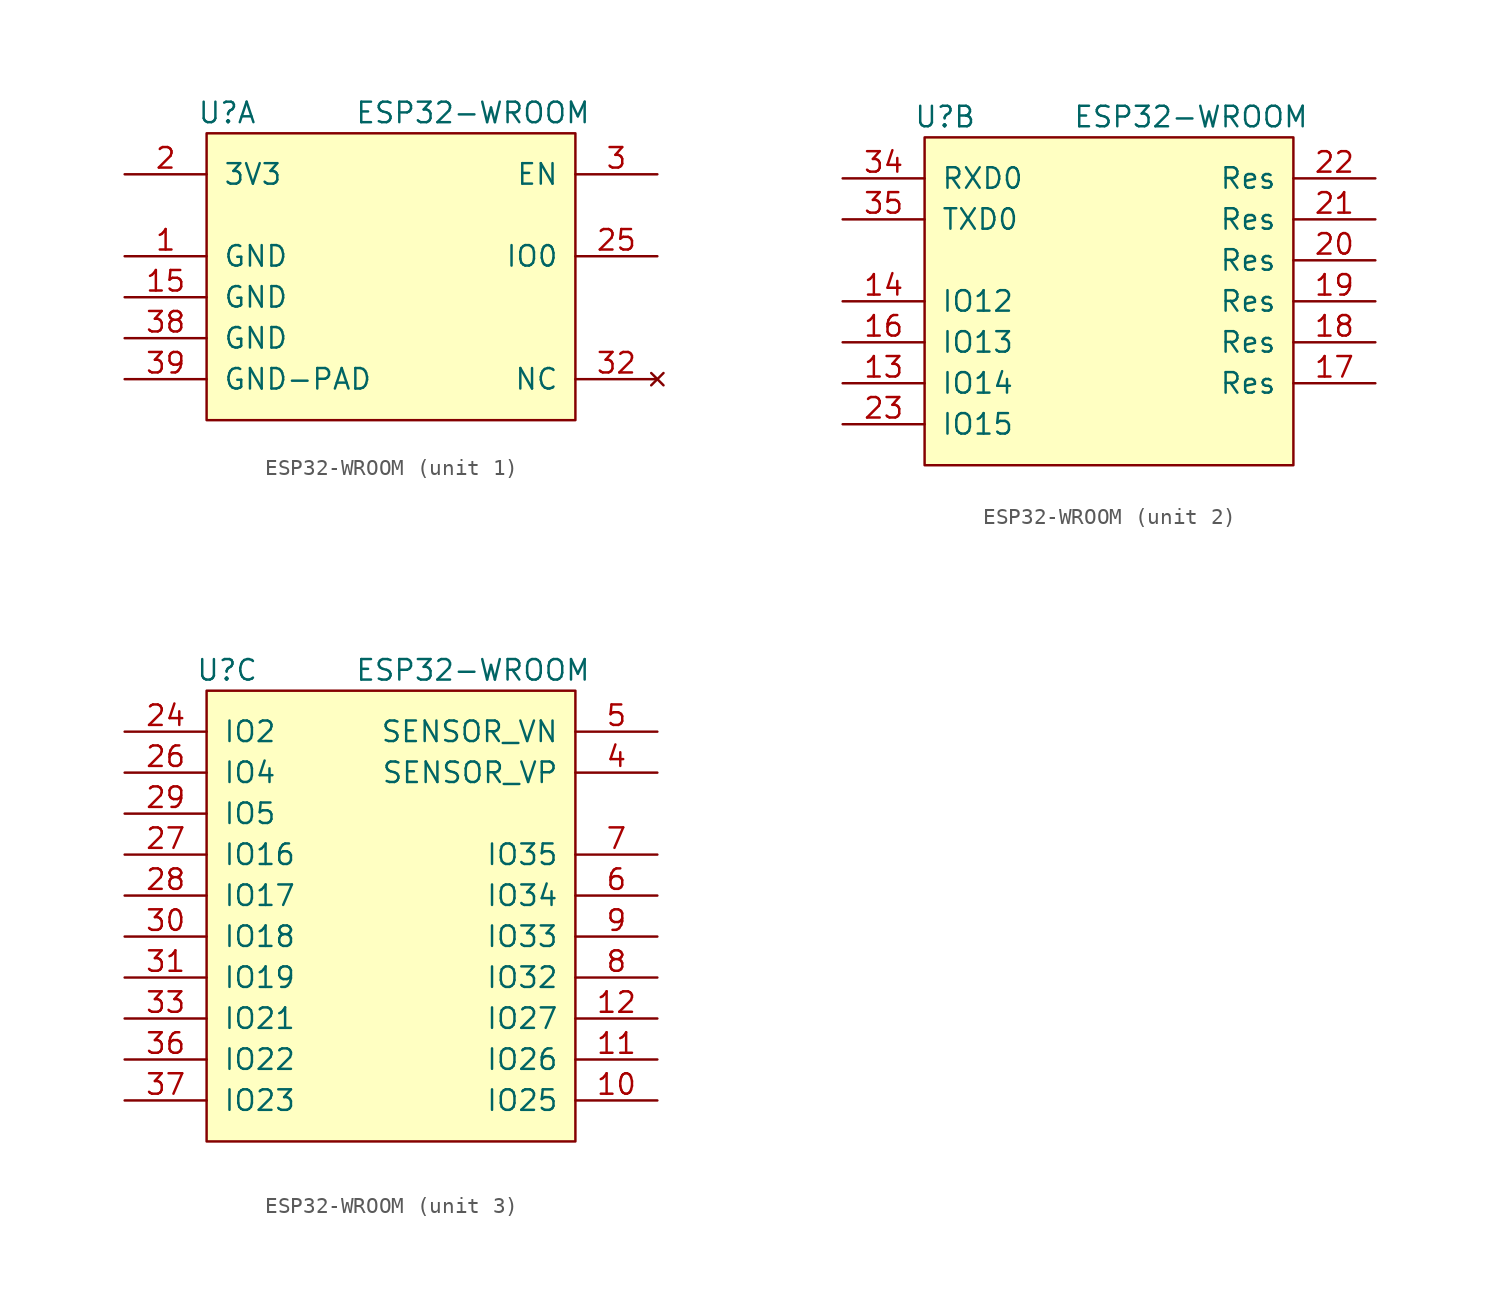
<source format=kicad_sym>
(kicad_symbol_lib
  (version 20211014)
  (generator kicad_symbol_editor)
  (symbol "ESP32-WROOM"
    (pin_names
      (offset 1.016))
    (property "Reference" "U"
      (at 6.35 3.81 0)
      (effects (font (size 1.27 1.27))))
    (property "Value" "ESP32-WROOM"
      (at 21.59 3.81 0)
      (effects (font (size 1.27 1.27))))
    (property "ki_locked" ""
      (at 0 0 0)
      (effects (font (size 1.27 1.27))))
    (symbol "ESP32-WROOM_1_1"
      (rectangle (start 5.08 2.54) (end 27.94 -15.24) (stroke (width 0) (type default) (color 0 0 0 0)) (fill (type background)))
      (pin power_out line (at 0 -5.08 0) (length 5.08) (name "GND" (effects (font (size 1.27 1.27)))) (number "1" (effects (font (size 1.27 1.27)))))
      (pin power_in line (at 0 -7.62 0) (length 5.08) (name "GND" (effects (font (size 1.27 1.27)))) (number "15" (effects (font (size 1.27 1.27)))))
      (pin power_in line (at 0 0 0) (length 5.08) (name "3V3" (effects (font (size 1.27 1.27)))) (number "2" (effects (font (size 1.27 1.27)))))
      (pin bidirectional line (at 33.02 -5.08 180) (length 5.08) (name "IO0" (effects (font (size 1.27 1.27)))) (number "25" (effects (font (size 1.27 1.27)))))
      (pin input line (at 33.02 0 180) (length 5.08) (name "EN" (effects (font (size 1.27 1.27)))) (number "3" (effects (font (size 1.27 1.27)))))
      (pin no_connect line (at 33.02 -12.7 180) (length 5.08) (name "NC" (effects (font (size 1.27 1.27)))) (number "32" (effects (font (size 1.27 1.27)))))
      (pin power_in line (at 0 -10.16 0) (length 5.08) (name "GND" (effects (font (size 1.27 1.27)))) (number "38" (effects (font (size 1.27 1.27)))))
      (pin power_in line (at 0 -12.7 0) (length 5.08) (name "GND-PAD" (effects (font (size 1.27 1.27)))) (number "39" (effects (font (size 1.27 1.27))))))
    (symbol "ESP32-WROOM_2_1"
      (rectangle (start 5.08 2.54) (end 27.94 -17.78) (stroke (width 0) (type default) (color 0 0 0 0)) (fill (type background)))
      (pin bidirectional line (at 0 -12.7 0) (length 5.08) (name "IO14" (effects (font (size 1.27 1.27)))) (number "13" (effects (font (size 1.27 1.27)))))
      (pin bidirectional line (at 0 -7.62 0) (length 5.08) (name "IO12" (effects (font (size 1.27 1.27)))) (number "14" (effects (font (size 1.27 1.27)))))
      (pin bidirectional line (at 0 -10.16 0) (length 5.08) (name "IO13" (effects (font (size 1.27 1.27)))) (number "16" (effects (font (size 1.27 1.27)))))
      (pin bidirectional line (at 33.02 -12.7 180) (length 5.08) (name "Res" (effects (font (size 1.27 1.27)))) (number "17" (effects (font (size 1.27 1.27)))))
      (pin bidirectional line (at 33.02 -10.16 180) (length 5.08) (name "Res" (effects (font (size 1.27 1.27)))) (number "18" (effects (font (size 1.27 1.27)))))
      (pin bidirectional line (at 33.02 -7.62 180) (length 5.08) (name "Res" (effects (font (size 1.27 1.27)))) (number "19" (effects (font (size 1.27 1.27)))))
      (pin input line (at 33.02 -5.08 180) (length 5.08) (name "Res" (effects (font (size 1.27 1.27)))) (number "20" (effects (font (size 1.27 1.27)))))
      (pin bidirectional line (at 33.02 -2.54 180) (length 5.08) (name "Res" (effects (font (size 1.27 1.27)))) (number "21" (effects (font (size 1.27 1.27)))))
      (pin bidirectional line (at 33.02 0 180) (length 5.08) (name "Res" (effects (font (size 1.27 1.27)))) (number "22" (effects (font (size 1.27 1.27)))))
      (pin bidirectional line (at 0 -15.24 0) (length 5.08) (name "IO15" (effects (font (size 1.27 1.27)))) (number "23" (effects (font (size 1.27 1.27)))))
      (pin bidirectional line (at 0 0 0) (length 5.08) (name "RXD0" (effects (font (size 1.27 1.27)))) (number "34" (effects (font (size 1.27 1.27)))))
      (pin bidirectional line (at 0 -2.54 0) (length 5.08) (name "TXD0" (effects (font (size 1.27 1.27)))) (number "35" (effects (font (size 1.27 1.27))))))
    (symbol "ESP32-WROOM_3_1"
      (rectangle (start 5.08 2.54) (end 27.94 -25.4) (stroke (width 0) (type default) (color 0 0 0 0)) (fill (type background)))
      (pin bidirectional line (at 33.02 -22.86 180) (length 5.08) (name "IO25" (effects (font (size 1.27 1.27)))) (number "10" (effects (font (size 1.27 1.27)))))
      (pin bidirectional line (at 33.02 -20.32 180) (length 5.08) (name "IO26" (effects (font (size 1.27 1.27)))) (number "11" (effects (font (size 1.27 1.27)))))
      (pin bidirectional line (at 33.02 -17.78 180) (length 5.08) (name "IO27" (effects (font (size 1.27 1.27)))) (number "12" (effects (font (size 1.27 1.27)))))
      (pin bidirectional line (at 0 0 0) (length 5.08) (name "IO2" (effects (font (size 1.27 1.27)))) (number "24" (effects (font (size 1.27 1.27)))))
      (pin input line (at 0 -2.54 0) (length 5.08) (name "IO4" (effects (font (size 1.27 1.27)))) (number "26" (effects (font (size 1.27 1.27)))))
      (pin bidirectional line (at 0 -7.62 0) (length 5.08) (name "IO16" (effects (font (size 1.27 1.27)))) (number "27" (effects (font (size 1.27 1.27)))))
      (pin bidirectional line (at 0 -10.16 0) (length 5.08) (name "IO17" (effects (font (size 1.27 1.27)))) (number "28" (effects (font (size 1.27 1.27)))))
      (pin bidirectional line (at 0 -5.08 0) (length 5.08) (name "IO5" (effects (font (size 1.27 1.27)))) (number "29" (effects (font (size 1.27 1.27)))))
      (pin input line (at 0 -12.7 0) (length 5.08) (name "IO18" (effects (font (size 1.27 1.27)))) (number "30" (effects (font (size 1.27 1.27)))))
      (pin bidirectional line (at 0 -15.24 0) (length 5.08) (name "IO19" (effects (font (size 1.27 1.27)))) (number "31" (effects (font (size 1.27 1.27)))))
      (pin bidirectional line (at 0 -17.78 0) (length 5.08) (name "IO21" (effects (font (size 1.27 1.27)))) (number "33" (effects (font (size 1.27 1.27)))))
      (pin bidirectional line (at 0 -20.32 0) (length 5.08) (name "IO22" (effects (font (size 1.27 1.27)))) (number "36" (effects (font (size 1.27 1.27)))))
      (pin bidirectional line (at 0 -22.86 0) (length 5.08) (name "IO23" (effects (font (size 1.27 1.27)))) (number "37" (effects (font (size 1.27 1.27)))))
      (pin input line (at 33.02 -2.54 180) (length 5.08) (name "SENSOR_VP" (effects (font (size 1.27 1.27)))) (number "4" (effects (font (size 1.27 1.27)))))
      (pin input line (at 33.02 0 180) (length 5.08) (name "SENSOR_VN" (effects (font (size 1.27 1.27)))) (number "5" (effects (font (size 1.27 1.27)))))
      (pin bidirectional line (at 33.02 -10.16 180) (length 5.08) (name "IO34" (effects (font (size 1.27 1.27)))) (number "6" (effects (font (size 1.27 1.27)))))
      (pin bidirectional line (at 33.02 -7.62 180) (length 5.08) (name "IO35" (effects (font (size 1.27 1.27)))) (number "7" (effects (font (size 1.27 1.27)))))
      (pin bidirectional line (at 33.02 -15.24 180) (length 5.08) (name "IO32" (effects (font (size 1.27 1.27)))) (number "8" (effects (font (size 1.27 1.27)))))
      (pin bidirectional line (at 33.02 -12.7 180) (length 5.08) (name "IO33" (effects (font (size 1.27 1.27)))) (number "9" (effects (font (size 1.27 1.27))))))))
</source>
